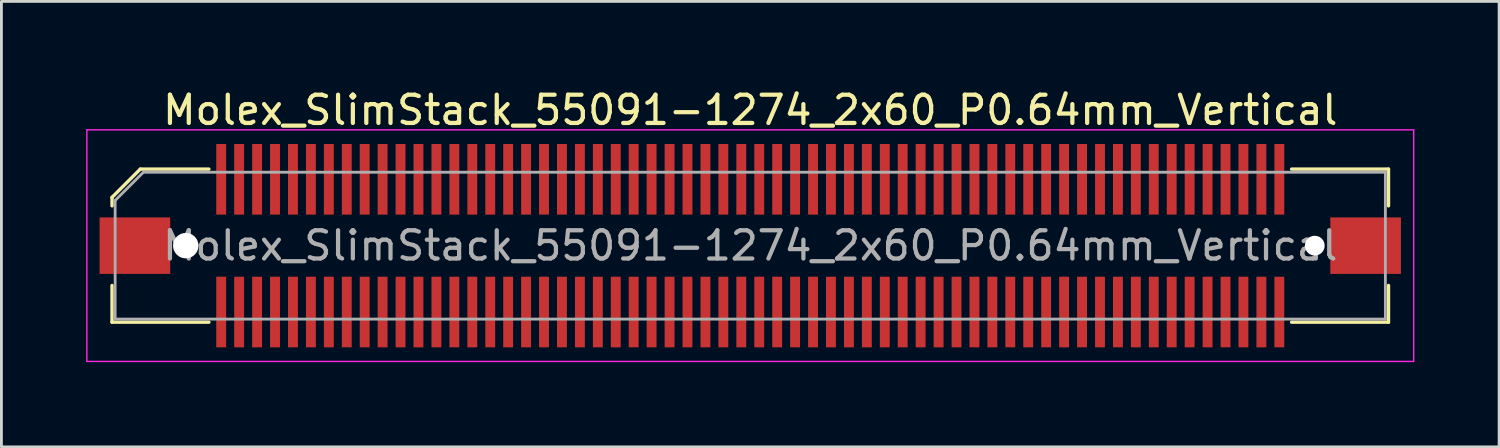
<source format=kicad_pcb>
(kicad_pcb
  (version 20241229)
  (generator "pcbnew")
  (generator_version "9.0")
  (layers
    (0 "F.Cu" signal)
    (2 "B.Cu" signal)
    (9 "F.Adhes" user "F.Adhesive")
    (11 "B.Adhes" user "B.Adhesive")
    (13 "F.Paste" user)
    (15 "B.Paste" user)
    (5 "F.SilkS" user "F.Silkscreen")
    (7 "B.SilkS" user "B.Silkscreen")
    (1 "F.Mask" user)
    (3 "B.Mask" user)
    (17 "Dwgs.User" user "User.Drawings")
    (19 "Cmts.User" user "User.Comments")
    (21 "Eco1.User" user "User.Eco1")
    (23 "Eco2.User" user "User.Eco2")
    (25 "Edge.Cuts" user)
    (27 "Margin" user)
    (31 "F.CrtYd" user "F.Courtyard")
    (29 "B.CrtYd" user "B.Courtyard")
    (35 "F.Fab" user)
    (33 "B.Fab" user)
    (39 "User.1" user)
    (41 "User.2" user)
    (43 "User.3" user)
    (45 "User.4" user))
  (footprint "Molex_SlimStack_55091-1274_2x60_P0.64mm_Vertical"
    (layer "F.Cu")
    (at 23.515 5.648)
    (property "Reference" "Molex_SlimStack_55091-1274_2x60_P0.64mm_Vertical" (at 0 -4.8 0) (layer "F.SilkS") (effects (font (size 1 1) (thickness 0.15))))
    (attr smd)
    (fp_line (start -22.598 -1.71) (end -21.598 -2.71) (stroke (width 0.12) (type solid)) (layer "F.SilkS"))
    (fp_line (start -22.598 -1.41) (end -22.598 -1.71) (stroke (width 0.12) (type solid)) (layer "F.SilkS"))
    (fp_line (start -22.598 2.71) (end -22.598 1.41) (stroke (width 0.12) (type solid)) (layer "F.SilkS"))
    (fp_line (start -21.598 -2.71) (end -19.168 -2.71) (stroke (width 0.12) (type solid)) (layer "F.SilkS"))
    (fp_line (start -19.168 2.71) (end -22.598 2.71) (stroke (width 0.12) (type solid)) (layer "F.SilkS"))
    (fp_line (start 19.168 2.71) (end 22.598 2.71) (stroke (width 0.12) (type solid)) (layer "F.SilkS"))
    (fp_line (start 22.598 -2.71) (end 19.168 -2.71) (stroke (width 0.12) (type solid)) (layer "F.SilkS"))
    (fp_line (start 22.598 -1.41) (end 22.598 -2.71) (stroke (width 0.12) (type solid)) (layer "F.SilkS"))
    (fp_line (start 22.598 2.71) (end 22.598 1.41) (stroke (width 0.12) (type solid)) (layer "F.SilkS"))
    (fp_line (start -23.49 -4.1) (end -23.49 4.1) (stroke (width 0.05) (type solid)) (layer "F.CrtYd"))
    (fp_line (start -23.49 4.1) (end 23.49 4.1) (stroke (width 0.05) (type solid)) (layer "F.CrtYd"))
    (fp_line (start 23.49 -4.1) (end -23.49 -4.1) (stroke (width 0.05) (type solid)) (layer "F.CrtYd"))
    (fp_line (start 23.49 4.1) (end 23.49 -4.1) (stroke (width 0.05) (type solid)) (layer "F.CrtYd"))
    (fp_line (start -22.488 -1.6) (end -21.488 -2.6) (stroke (width 0.1) (type solid)) (layer "F.Fab"))
    (fp_line (start -22.488 2.6) (end -22.488 -1.6) (stroke (width 0.1) (type solid)) (layer "F.Fab"))
    (fp_line (start -21.488 -2.6) (end 22.488 -2.6) (stroke (width 0.1) (type solid)) (layer "F.Fab"))
    (fp_line (start 22.488 -2.6) (end 22.488 2.6) (stroke (width 0.1) (type solid)) (layer "F.Fab"))
    (fp_line (start 22.488 2.6) (end -22.488 2.6) (stroke (width 0.1) (type solid)) (layer "F.Fab"))
    (fp_text user "${REFERENCE}" (at 0 0 0) (layer "F.Fab") (effects (font (size 1 1) (thickness 0.15))))
    (pad "" smd rect (at -21.788 0) (size 2.5 2) (layers "F.Cu" "F.Mask" "F.Paste"))
    (pad "" np_thru_hole circle (at -19.988 0) (size 0.9 0.9) (drill 0.9) (layers "*.Cu" "*.Mask"))
    (pad "" np_thru_hole circle (at 19.988 0) (size 0.7 0.7) (drill 0.7) (layers "*.Cu" "*.Mask"))
    (pad "" smd rect (at 21.788 0) (size 2.5 2) (layers "F.Cu" "F.Mask" "F.Paste"))
    (pad "1" smd rect (at -18.733 -2.35) (size 0.35 2.5) (layers "F.Cu" "F.Mask" "F.Paste"))
    (pad "2" smd rect (at -18.733 2.35) (size 0.35 2.5) (layers "F.Cu" "F.Mask" "F.Paste"))
    (pad "3" smd rect (at -18.098 -2.35) (size 0.35 2.5) (layers "F.Cu" "F.Mask" "F.Paste"))
    (pad "4" smd rect (at -18.098 2.35) (size 0.35 2.5) (layers "F.Cu" "F.Mask" "F.Paste"))
    (pad "5" smd rect (at -17.462 -2.35) (size 0.35 2.5) (layers "F.Cu" "F.Mask" "F.Paste"))
    (pad "6" smd rect (at -17.462 2.35) (size 0.35 2.5) (layers "F.Cu" "F.Mask" "F.Paste"))
    (pad "7" smd rect (at -16.828 -2.35) (size 0.35 2.5) (layers "F.Cu" "F.Mask" "F.Paste"))
    (pad "8" smd rect (at -16.828 2.35) (size 0.35 2.5) (layers "F.Cu" "F.Mask" "F.Paste"))
    (pad "9" smd rect (at -16.192 -2.35) (size 0.35 2.5) (layers "F.Cu" "F.Mask" "F.Paste"))
    (pad "10" smd rect (at -16.192 2.35) (size 0.35 2.5) (layers "F.Cu" "F.Mask" "F.Paste"))
    (pad "11" smd rect (at -15.557 -2.35) (size 0.35 2.5) (layers "F.Cu" "F.Mask" "F.Paste"))
    (pad "12" smd rect (at -15.557 2.35) (size 0.35 2.5) (layers "F.Cu" "F.Mask" "F.Paste"))
    (pad "13" smd rect (at -14.922 -2.35) (size 0.35 2.5) (layers "F.Cu" "F.Mask" "F.Paste"))
    (pad "14" smd rect (at -14.922 2.35) (size 0.35 2.5) (layers "F.Cu" "F.Mask" "F.Paste"))
    (pad "15" smd rect (at -14.287 -2.35) (size 0.35 2.5) (layers "F.Cu" "F.Mask" "F.Paste"))
    (pad "16" smd rect (at -14.287 2.35) (size 0.35 2.5) (layers "F.Cu" "F.Mask" "F.Paste"))
    (pad "17" smd rect (at -13.652 -2.35) (size 0.35 2.5) (layers "F.Cu" "F.Mask" "F.Paste"))
    (pad "18" smd rect (at -13.652 2.35) (size 0.35 2.5) (layers "F.Cu" "F.Mask" "F.Paste"))
    (pad "19" smd rect (at -13.018 -2.35) (size 0.35 2.5) (layers "F.Cu" "F.Mask" "F.Paste"))
    (pad "20" smd rect (at -13.018 2.35) (size 0.35 2.5) (layers "F.Cu" "F.Mask" "F.Paste"))
    (pad "21" smd rect (at -12.383 -2.35) (size 0.35 2.5) (layers "F.Cu" "F.Mask" "F.Paste"))
    (pad "22" smd rect (at -12.383 2.35) (size 0.35 2.5) (layers "F.Cu" "F.Mask" "F.Paste"))
    (pad "23" smd rect (at -11.748 -2.35) (size 0.35 2.5) (layers "F.Cu" "F.Mask" "F.Paste"))
    (pad "24" smd rect (at -11.748 2.35) (size 0.35 2.5) (layers "F.Cu" "F.Mask" "F.Paste"))
    (pad "25" smd rect (at -11.113 -2.35) (size 0.35 2.5) (layers "F.Cu" "F.Mask" "F.Paste"))
    (pad "26" smd rect (at -11.113 2.35) (size 0.35 2.5) (layers "F.Cu" "F.Mask" "F.Paste"))
    (pad "27" smd rect (at -10.477 -2.35) (size 0.35 2.5) (layers "F.Cu" "F.Mask" "F.Paste"))
    (pad "28" smd rect (at -10.477 2.35) (size 0.35 2.5) (layers "F.Cu" "F.Mask" "F.Paste"))
    (pad "29" smd rect (at -9.842 -2.35) (size 0.35 2.5) (layers "F.Cu" "F.Mask" "F.Paste"))
    (pad "30" smd rect (at -9.842 2.35) (size 0.35 2.5) (layers "F.Cu" "F.Mask" "F.Paste"))
    (pad "31" smd rect (at -9.207 -2.35) (size 0.35 2.5) (layers "F.Cu" "F.Mask" "F.Paste"))
    (pad "32" smd rect (at -9.207 2.35) (size 0.35 2.5) (layers "F.Cu" "F.Mask" "F.Paste"))
    (pad "33" smd rect (at -8.572 -2.35) (size 0.35 2.5) (layers "F.Cu" "F.Mask" "F.Paste"))
    (pad "34" smd rect (at -8.572 2.35) (size 0.35 2.5) (layers "F.Cu" "F.Mask" "F.Paste"))
    (pad "35" smd rect (at -7.938 -2.35) (size 0.35 2.5) (layers "F.Cu" "F.Mask" "F.Paste"))
    (pad "36" smd rect (at -7.938 2.35) (size 0.35 2.5) (layers "F.Cu" "F.Mask" "F.Paste"))
    (pad "37" smd rect (at -7.303 -2.35) (size 0.35 2.5) (layers "F.Cu" "F.Mask" "F.Paste"))
    (pad "38" smd rect (at -7.303 2.35) (size 0.35 2.5) (layers "F.Cu" "F.Mask" "F.Paste"))
    (pad "39" smd rect (at -6.668 -2.35) (size 0.35 2.5) (layers "F.Cu" "F.Mask" "F.Paste"))
    (pad "40" smd rect (at -6.668 2.35) (size 0.35 2.5) (layers "F.Cu" "F.Mask" "F.Paste"))
    (pad "41" smd rect (at -6.032 -2.35) (size 0.35 2.5) (layers "F.Cu" "F.Mask" "F.Paste"))
    (pad "42" smd rect (at -6.032 2.35) (size 0.35 2.5) (layers "F.Cu" "F.Mask" "F.Paste"))
    (pad "43" smd rect (at -5.397 -2.35) (size 0.35 2.5) (layers "F.Cu" "F.Mask" "F.Paste"))
    (pad "44" smd rect (at -5.397 2.35) (size 0.35 2.5) (layers "F.Cu" "F.Mask" "F.Paste"))
    (pad "45" smd rect (at -4.763 -2.35) (size 0.35 2.5) (layers "F.Cu" "F.Mask" "F.Paste"))
    (pad "46" smd rect (at -4.763 2.35) (size 0.35 2.5) (layers "F.Cu" "F.Mask" "F.Paste"))
    (pad "47" smd rect (at -4.128 -2.35) (size 0.35 2.5) (layers "F.Cu" "F.Mask" "F.Paste"))
    (pad "48" smd rect (at -4.128 2.35) (size 0.35 2.5) (layers "F.Cu" "F.Mask" "F.Paste"))
    (pad "49" smd rect (at -3.493 -2.35) (size 0.35 2.5) (layers "F.Cu" "F.Mask" "F.Paste"))
    (pad "50" smd rect (at -3.493 2.35) (size 0.35 2.5) (layers "F.Cu" "F.Mask" "F.Paste"))
    (pad "51" smd rect (at -2.857 -2.35) (size 0.35 2.5) (layers "F.Cu" "F.Mask" "F.Paste"))
    (pad "52" smd rect (at -2.857 2.35) (size 0.35 2.5) (layers "F.Cu" "F.Mask" "F.Paste"))
    (pad "53" smd rect (at -2.223 -2.35) (size 0.35 2.5) (layers "F.Cu" "F.Mask" "F.Paste"))
    (pad "54" smd rect (at -2.223 2.35) (size 0.35 2.5) (layers "F.Cu" "F.Mask" "F.Paste"))
    (pad "55" smd rect (at -1.587 -2.35) (size 0.35 2.5) (layers "F.Cu" "F.Mask" "F.Paste"))
    (pad "56" smd rect (at -1.587 2.35) (size 0.35 2.5) (layers "F.Cu" "F.Mask" "F.Paste"))
    (pad "57" smd rect (at -0.953 -2.35) (size 0.35 2.5) (layers "F.Cu" "F.Mask" "F.Paste"))
    (pad "58" smd rect (at -0.953 2.35) (size 0.35 2.5) (layers "F.Cu" "F.Mask" "F.Paste"))
    (pad "59" smd rect (at -0.318 -2.35) (size 0.35 2.5) (layers "F.Cu" "F.Mask" "F.Paste"))
    (pad "60" smd rect (at -0.318 2.35) (size 0.35 2.5) (layers "F.Cu" "F.Mask" "F.Paste"))
    (pad "61" smd rect (at 0.318 -2.35) (size 0.35 2.5) (layers "F.Cu" "F.Mask" "F.Paste"))
    (pad "62" smd rect (at 0.318 2.35) (size 0.35 2.5) (layers "F.Cu" "F.Mask" "F.Paste"))
    (pad "63" smd rect (at 0.953 -2.35) (size 0.35 2.5) (layers "F.Cu" "F.Mask" "F.Paste"))
    (pad "64" smd rect (at 0.953 2.35) (size 0.35 2.5) (layers "F.Cu" "F.Mask" "F.Paste"))
    (pad "65" smd rect (at 1.587 -2.35) (size 0.35 2.5) (layers "F.Cu" "F.Mask" "F.Paste"))
    (pad "66" smd rect (at 1.587 2.35) (size 0.35 2.5) (layers "F.Cu" "F.Mask" "F.Paste"))
    (pad "67" smd rect (at 2.223 -2.35) (size 0.35 2.5) (layers "F.Cu" "F.Mask" "F.Paste"))
    (pad "68" smd rect (at 2.223 2.35) (size 0.35 2.5) (layers "F.Cu" "F.Mask" "F.Paste"))
    (pad "69" smd rect (at 2.857 -2.35) (size 0.35 2.5) (layers "F.Cu" "F.Mask" "F.Paste"))
    (pad "70" smd rect (at 2.857 2.35) (size 0.35 2.5) (layers "F.Cu" "F.Mask" "F.Paste"))
    (pad "71" smd rect (at 3.493 -2.35) (size 0.35 2.5) (layers "F.Cu" "F.Mask" "F.Paste"))
    (pad "72" smd rect (at 3.493 2.35) (size 0.35 2.5) (layers "F.Cu" "F.Mask" "F.Paste"))
    (pad "73" smd rect (at 4.128 -2.35) (size 0.35 2.5) (layers "F.Cu" "F.Mask" "F.Paste"))
    (pad "74" smd rect (at 4.128 2.35) (size 0.35 2.5) (layers "F.Cu" "F.Mask" "F.Paste"))
    (pad "75" smd rect (at 4.763 -2.35) (size 0.35 2.5) (layers "F.Cu" "F.Mask" "F.Paste"))
    (pad "76" smd rect (at 4.763 2.35) (size 0.35 2.5) (layers "F.Cu" "F.Mask" "F.Paste"))
    (pad "77" smd rect (at 5.397 -2.35) (size 0.35 2.5) (layers "F.Cu" "F.Mask" "F.Paste"))
    (pad "78" smd rect (at 5.397 2.35) (size 0.35 2.5) (layers "F.Cu" "F.Mask" "F.Paste"))
    (pad "79" smd rect (at 6.032 -2.35) (size 0.35 2.5) (layers "F.Cu" "F.Mask" "F.Paste"))
    (pad "80" smd rect (at 6.032 2.35) (size 0.35 2.5) (layers "F.Cu" "F.Mask" "F.Paste"))
    (pad "81" smd rect (at 6.668 -2.35) (size 0.35 2.5) (layers "F.Cu" "F.Mask" "F.Paste"))
    (pad "82" smd rect (at 6.668 2.35) (size 0.35 2.5) (layers "F.Cu" "F.Mask" "F.Paste"))
    (pad "83" smd rect (at 7.303 -2.35) (size 0.35 2.5) (layers "F.Cu" "F.Mask" "F.Paste"))
    (pad "84" smd rect (at 7.303 2.35) (size 0.35 2.5) (layers "F.Cu" "F.Mask" "F.Paste"))
    (pad "85" smd rect (at 7.938 -2.35) (size 0.35 2.5) (layers "F.Cu" "F.Mask" "F.Paste"))
    (pad "86" smd rect (at 7.938 2.35) (size 0.35 2.5) (layers "F.Cu" "F.Mask" "F.Paste"))
    (pad "87" smd rect (at 8.572 -2.35) (size 0.35 2.5) (layers "F.Cu" "F.Mask" "F.Paste"))
    (pad "88" smd rect (at 8.572 2.35) (size 0.35 2.5) (layers "F.Cu" "F.Mask" "F.Paste"))
    (pad "89" smd rect (at 9.207 -2.35) (size 0.35 2.5) (layers "F.Cu" "F.Mask" "F.Paste"))
    (pad "90" smd rect (at 9.207 2.35) (size 0.35 2.5) (layers "F.Cu" "F.Mask" "F.Paste"))
    (pad "91" smd rect (at 9.842 -2.35) (size 0.35 2.5) (layers "F.Cu" "F.Mask" "F.Paste"))
    (pad "92" smd rect (at 9.842 2.35) (size 0.35 2.5) (layers "F.Cu" "F.Mask" "F.Paste"))
    (pad "93" smd rect (at 10.477 -2.35) (size 0.35 2.5) (layers "F.Cu" "F.Mask" "F.Paste"))
    (pad "94" smd rect (at 10.477 2.35) (size 0.35 2.5) (layers "F.Cu" "F.Mask" "F.Paste"))
    (pad "95" smd rect (at 11.113 -2.35) (size 0.35 2.5) (layers "F.Cu" "F.Mask" "F.Paste"))
    (pad "96" smd rect (at 11.113 2.35) (size 0.35 2.5) (layers "F.Cu" "F.Mask" "F.Paste"))
    (pad "97" smd rect (at 11.748 -2.35) (size 0.35 2.5) (layers "F.Cu" "F.Mask" "F.Paste"))
    (pad "98" smd rect (at 11.748 2.35) (size 0.35 2.5) (layers "F.Cu" "F.Mask" "F.Paste"))
    (pad "99" smd rect (at 12.383 -2.35) (size 0.35 2.5) (layers "F.Cu" "F.Mask" "F.Paste"))
    (pad "100" smd rect (at 12.383 2.35) (size 0.35 2.5) (layers "F.Cu" "F.Mask" "F.Paste"))
    (pad "101" smd rect (at 13.018 -2.35) (size 0.35 2.5) (layers "F.Cu" "F.Mask" "F.Paste"))
    (pad "102" smd rect (at 13.018 2.35) (size 0.35 2.5) (layers "F.Cu" "F.Mask" "F.Paste"))
    (pad "103" smd rect (at 13.652 -2.35) (size 0.35 2.5) (layers "F.Cu" "F.Mask" "F.Paste"))
    (pad "104" smd rect (at 13.652 2.35) (size 0.35 2.5) (layers "F.Cu" "F.Mask" "F.Paste"))
    (pad "105" smd rect (at 14.287 -2.35) (size 0.35 2.5) (layers "F.Cu" "F.Mask" "F.Paste"))
    (pad "106" smd rect (at 14.287 2.35) (size 0.35 2.5) (layers "F.Cu" "F.Mask" "F.Paste"))
    (pad "107" smd rect (at 14.922 -2.35) (size 0.35 2.5) (layers "F.Cu" "F.Mask" "F.Paste"))
    (pad "108" smd rect (at 14.922 2.35) (size 0.35 2.5) (layers "F.Cu" "F.Mask" "F.Paste"))
    (pad "109" smd rect (at 15.557 -2.35) (size 0.35 2.5) (layers "F.Cu" "F.Mask" "F.Paste"))
    (pad "110" smd rect (at 15.557 2.35) (size 0.35 2.5) (layers "F.Cu" "F.Mask" "F.Paste"))
    (pad "111" smd rect (at 16.192 -2.35) (size 0.35 2.5) (layers "F.Cu" "F.Mask" "F.Paste"))
    (pad "112" smd rect (at 16.192 2.35) (size 0.35 2.5) (layers "F.Cu" "F.Mask" "F.Paste"))
    (pad "113" smd rect (at 16.828 -2.35) (size 0.35 2.5) (layers "F.Cu" "F.Mask" "F.Paste"))
    (pad "114" smd rect (at 16.828 2.35) (size 0.35 2.5) (layers "F.Cu" "F.Mask" "F.Paste"))
    (pad "115" smd rect (at 17.462 -2.35) (size 0.35 2.5) (layers "F.Cu" "F.Mask" "F.Paste"))
    (pad "116" smd rect (at 17.462 2.35) (size 0.35 2.5) (layers "F.Cu" "F.Mask" "F.Paste"))
    (pad "117" smd rect (at 18.098 -2.35) (size 0.35 2.5) (layers "F.Cu" "F.Mask" "F.Paste"))
    (pad "118" smd rect (at 18.098 2.35) (size 0.35 2.5) (layers "F.Cu" "F.Mask" "F.Paste"))
    (pad "119" smd rect (at 18.733 -2.35) (size 0.35 2.5) (layers "F.Cu" "F.Mask" "F.Paste"))
    (pad "120" smd rect (at 18.733 2.35) (size 0.35 2.5) (layers "F.Cu" "F.Mask" "F.Paste")))
  (gr_rect
    (start -3 -3)
    (end 50.03 12.773)
    (stroke (width 0.1) (type default))
    (fill no)
    (layer "Edge.Cuts")))
</source>
